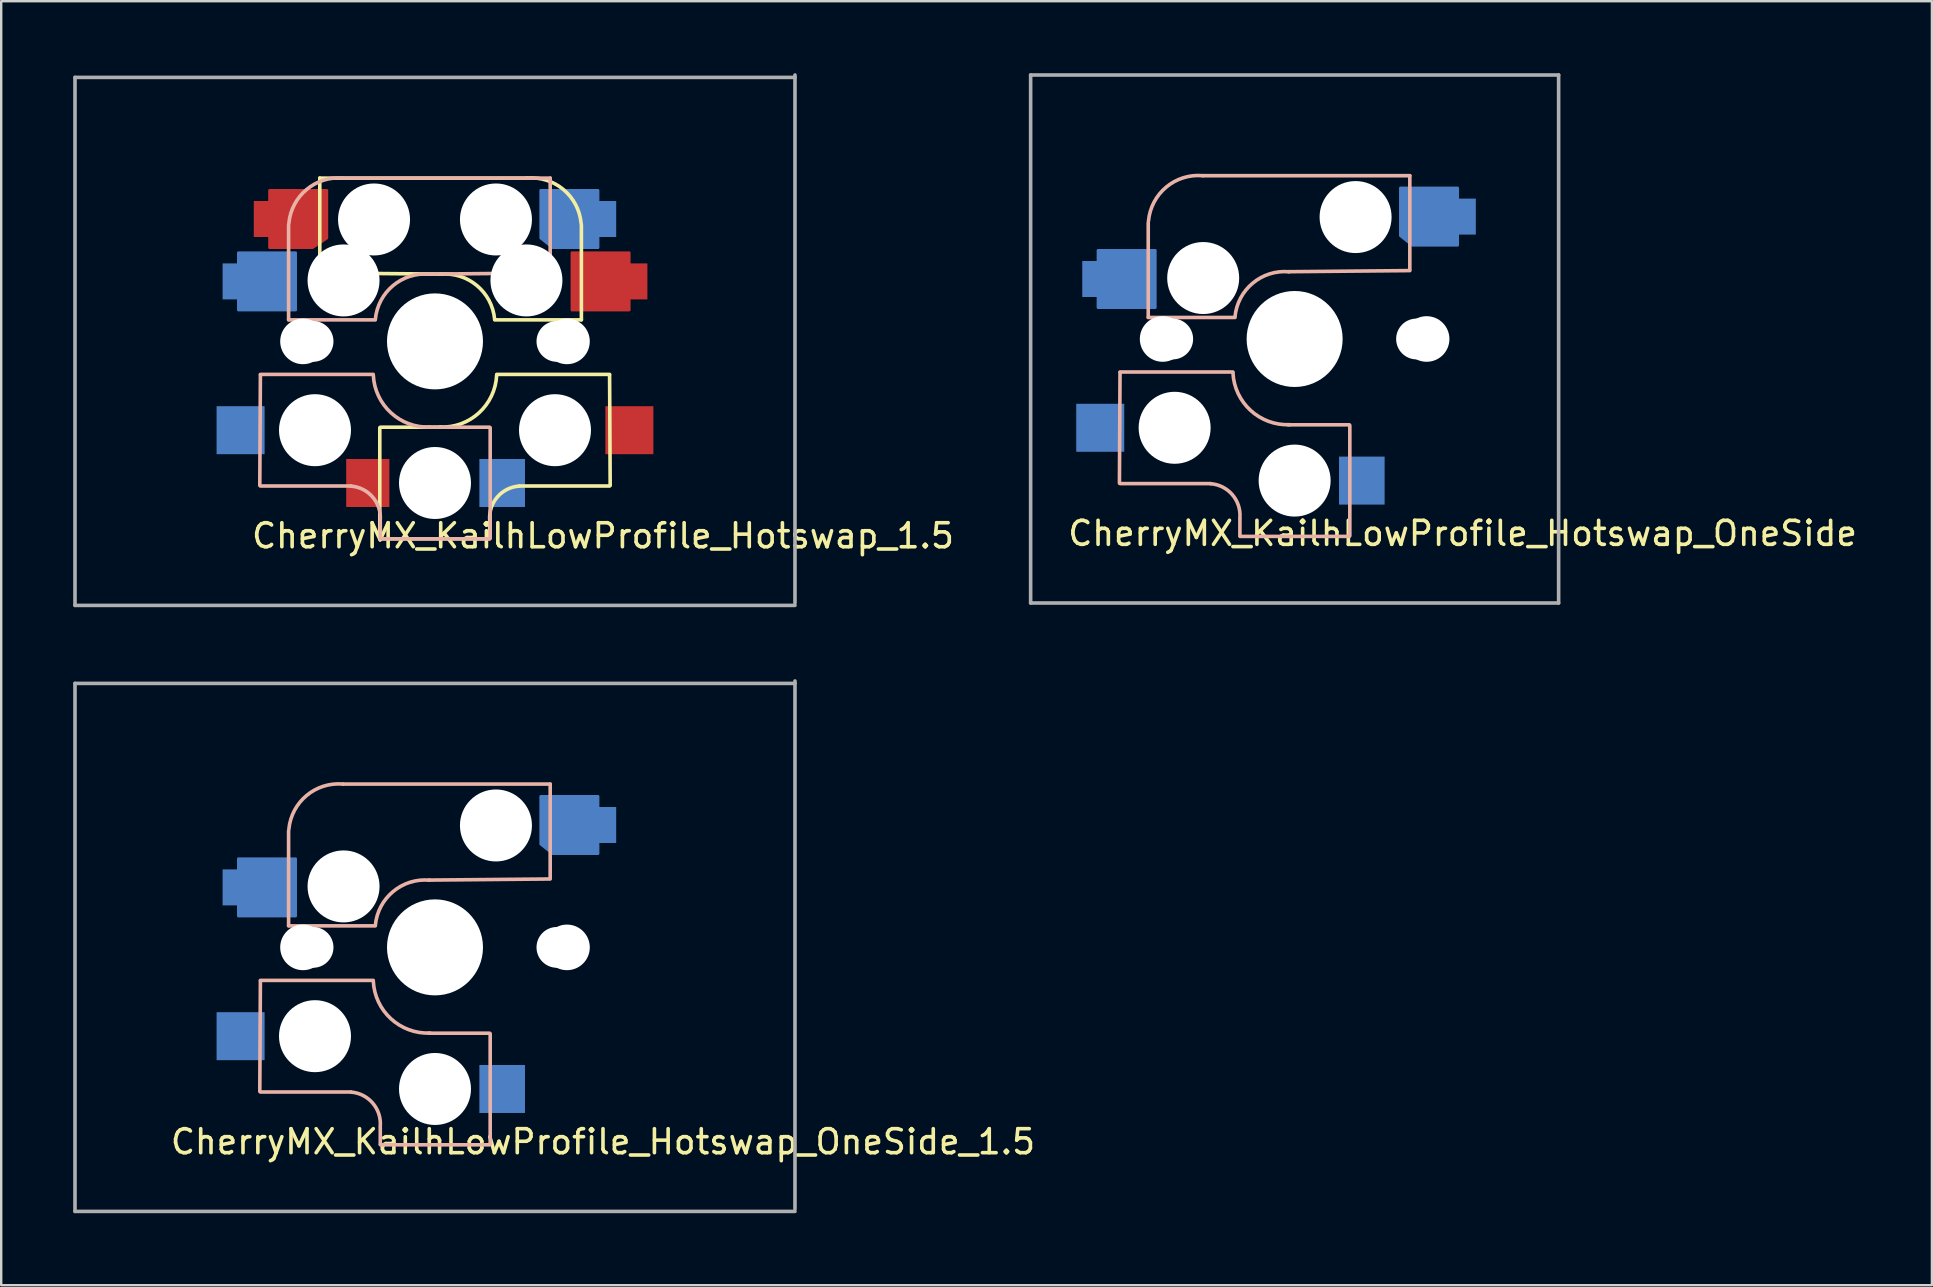
<source format=kicad_pcb>
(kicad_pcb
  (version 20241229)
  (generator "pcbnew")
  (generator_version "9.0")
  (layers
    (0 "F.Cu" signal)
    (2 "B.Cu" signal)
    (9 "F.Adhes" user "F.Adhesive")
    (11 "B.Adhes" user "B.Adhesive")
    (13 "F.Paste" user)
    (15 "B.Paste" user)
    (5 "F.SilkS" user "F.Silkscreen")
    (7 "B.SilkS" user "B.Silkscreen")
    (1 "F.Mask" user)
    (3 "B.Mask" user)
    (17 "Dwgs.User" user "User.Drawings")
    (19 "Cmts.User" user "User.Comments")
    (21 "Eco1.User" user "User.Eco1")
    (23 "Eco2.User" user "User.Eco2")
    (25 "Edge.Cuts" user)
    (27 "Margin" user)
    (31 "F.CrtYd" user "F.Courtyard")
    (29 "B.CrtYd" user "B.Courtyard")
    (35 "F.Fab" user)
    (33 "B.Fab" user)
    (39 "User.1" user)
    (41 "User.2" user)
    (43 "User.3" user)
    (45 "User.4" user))
  (footprint "CherryMX_KailhLowProfile_Hotswap_OneSide_1.5"
    (layer "F.Cu")
    (at 15.075 36.425)
    (property "Reference" "CherryMX_KailhLowProfile_Hotswap_OneSide_1.5" (at 7 8.1 0) (layer "F.SilkS") (effects (font (size 1 1) (thickness 0.15))))
    (attr through_hole)
    (fp_line (start -7.275 1.4) (end -7.3 6) (stroke (width 0.15) (type solid)) (layer "B.SilkS"))
    (fp_line (start -6.1 -4.85) (end -6.1 -0.905) (stroke (width 0.15) (type solid)) (layer "B.SilkS"))
    (fp_line (start -6.1 -0.896) (end -2.49 -0.896) (stroke (width 0.15) (type solid)) (layer "B.SilkS"))
    (fp_line (start -3.5 6.025) (end -7.275 6.025) (stroke (width 0.15) (type solid)) (layer "B.SilkS"))
    (fp_line (start -2.575 1.375) (end -7.275 1.375) (stroke (width 0.15) (type solid)) (layer "B.SilkS"))
    (fp_line (start -2.28 7.5) (end -2.28 8.2) (stroke (width 0.15) (type solid)) (layer "B.SilkS"))
    (fp_line (start 2.275 3.575) (end -0.275 3.575) (stroke (width 0.15) (type solid)) (layer "B.SilkS"))
    (fp_line (start 2.275 8.225) (end -2.275 8.225) (stroke (width 0.15) (type solid)) (layer "B.SilkS"))
    (fp_line (start 2.3 3.6) (end 2.3 8.2) (stroke (width 0.15) (type solid)) (layer "B.SilkS"))
    (fp_line (start 4.8 -6.804) (end -3.825 -6.804) (stroke (width 0.15) (type solid)) (layer "B.SilkS"))
    (fp_line (start 4.8 -2.896) (end 4.8 -6.804) (stroke (width 0.15) (type solid)) (layer "B.SilkS"))
    (fp_line (start 4.8 -2.85) (end -0.25 -2.804) (stroke (width 0.15) (type solid)) (layer "B.SilkS"))
    (fp_arc (start -6.089 -4.92) (mid -5.347189 -6.33089) (end -3.825 -6.804) (stroke (width 0.15) (type solid)) (layer "B.SilkS"))
    (fp_arc (start -3.5 6.03) (mid -2.595908 6.48733) (end -2.28 7.45) (stroke (width 0.15) (type solid)) (layer "B.SilkS"))
    (fp_arc (start -2.484999 -0.920001) (mid -1.74436 -2.328062) (end -0.225 -2.8) (stroke (width 0.15) (type solid)) (layer "B.SilkS"))
    (fp_arc (start -0.2 3.57) (mid -1.834422 2.975843) (end -2.57 1.4) (stroke (width 0.15) (type solid)) (layer "B.SilkS"))
    (fp_line (start -14 -9) (end 14 -9) (stroke (width 0.15) (type solid)) (layer "Eco1.User"))
    (fp_line (start -14 9) (end -14 -9) (stroke (width 0.15) (type solid)) (layer "Eco1.User"))
    (fp_line (start 14 -9) (end 14 9) (stroke (width 0.15) (type solid)) (layer "Eco1.User"))
    (fp_line (start 14 9) (end -14 9) (stroke (width 0.15) (type solid)) (layer "Eco1.User"))
    (fp_line (start -7 -7) (end 7 -7) (stroke (width 0.15) (type solid)) (layer "Eco2.User"))
    (fp_line (start -7 7) (end -7 -7) (stroke (width 0.15) (type solid)) (layer "Eco2.User"))
    (fp_line (start 7 -7) (end 7 7) (stroke (width 0.15) (type solid)) (layer "Eco2.User"))
    (fp_line (start 7 7) (end -7 7) (stroke (width 0.15) (type solid)) (layer "Eco2.User"))
    (fp_line (start -15 -11) (end -15 11) (stroke (width 0.15) (type solid)) (layer "F.Fab"))
    (fp_line (start -15 11) (end 15 11) (stroke (width 0.15) (type solid)) (layer "F.Fab"))
    (fp_line (start 15 -11) (end -15 -11) (stroke (width 0.15) (type solid)) (layer "F.Fab"))
    (fp_line (start 15 10.9) (end 15 -11.1) (stroke (width 0.15) (type solid)) (layer "F.Fab"))
    (pad "" np_thru_hole circle (at -5.5 0 90) (size 1.9 1.9) (drill 1.9) (layers "*.Cu" "*.Mask"))
    (pad "" np_thru_hole circle (at -5.08 0) (size 1.7 1.7) (drill 1.7) (layers "*.Cu" "*.Mask"))
    (pad "" np_thru_hole circle (at -5 3.7 90) (size 3 3) (drill 3) (layers "*.Cu" "*.Mask"))
    (pad "" np_thru_hole circle (at -3.81 -2.54 180) (size 3 3) (drill 3) (layers "*.Cu" "*.Mask"))
    (pad "" np_thru_hole circle (at 0 0 90) (size 4 4) (drill 4) (layers "*.Cu" "*.Mask"))
    (pad "" np_thru_hole circle (at 0 5.9 90) (size 3 3) (drill 3) (layers "*.Cu" "*.Mask"))
    (pad "" np_thru_hole circle (at 2.54 -5.08 180) (size 3 3) (drill 3) (layers "*.Cu" "*.Mask"))
    (pad "" np_thru_hole circle (at 5.08 0) (size 1.7 1.7) (drill 1.7) (layers "*.Cu" "*.Mask"))
    (pad "" np_thru_hole circle (at 5.5 0 90) (size 1.9 1.9) (drill 1.9) (layers "*.Cu" "*.Mask"))
    (pad "1" smd custom (at -8.5 -2.5) (size 0.7 1.5) (layers "B.Cu" "B.Mask" "B.Paste") (options (anchor rect)) (primitives (gr_poly (pts (xy 0.3 -1.2) (xy 2.7 -1.2) (xy 2.7 1.2) (xy 0.3 1.2)) (width 0.1) (fill yes))))
    (pad "1" smd rect (at -8.1 3.7 180) (size 2 2) (layers "B.Cu" "B.Mask" "B.Paste"))
    (pad "2" smd rect (at 2.8 5.9 180) (size 1.9 2) (layers "B.Cu" "B.Mask" "B.Paste"))
    (pad "2" smd custom (at 7.2 -5.1) (size 0.7 1.5) (layers "B.Cu" "B.Mask" "B.Paste") (options (anchor rect)) (primitives (gr_poly (pts (xy -0.4 -1.2) (xy -2.8 -1.2) (xy -2.8 0.8) (xy -2.3 1.2) (xy -0.4 1.2)) (width 0.1) (fill yes)))))
  (footprint "CherryMX_KailhLowProfile_Hotswap_OneSide"
    (layer "F.Cu")
    (at 50.894 11.075)
    (property "Reference" "CherryMX_KailhLowProfile_Hotswap_OneSide" (at 7 8.1 0) (layer "F.SilkS") (effects (font (size 1 1) (thickness 0.15))))
    (attr through_hole)
    (fp_line (start -7.275 1.4) (end -7.3 6) (stroke (width 0.15) (type solid)) (layer "B.SilkS"))
    (fp_line (start -6.1 -4.85) (end -6.1 -0.905) (stroke (width 0.15) (type solid)) (layer "B.SilkS"))
    (fp_line (start -6.1 -0.896) (end -2.49 -0.896) (stroke (width 0.15) (type solid)) (layer "B.SilkS"))
    (fp_line (start -3.5 6.025) (end -7.275 6.025) (stroke (width 0.15) (type solid)) (layer "B.SilkS"))
    (fp_line (start -2.575 1.375) (end -7.275 1.375) (stroke (width 0.15) (type solid)) (layer "B.SilkS"))
    (fp_line (start -2.28 7.5) (end -2.28 8.2) (stroke (width 0.15) (type solid)) (layer "B.SilkS"))
    (fp_line (start 2.275 3.575) (end -0.275 3.575) (stroke (width 0.15) (type solid)) (layer "B.SilkS"))
    (fp_line (start 2.275 8.225) (end -2.275 8.225) (stroke (width 0.15) (type solid)) (layer "B.SilkS"))
    (fp_line (start 2.3 3.6) (end 2.3 8.2) (stroke (width 0.15) (type solid)) (layer "B.SilkS"))
    (fp_line (start 4.8 -6.804) (end -3.825 -6.804) (stroke (width 0.15) (type solid)) (layer "B.SilkS"))
    (fp_line (start 4.8 -2.896) (end 4.8 -6.804) (stroke (width 0.15) (type solid)) (layer "B.SilkS"))
    (fp_line (start 4.8 -2.85) (end -0.25 -2.804) (stroke (width 0.15) (type solid)) (layer "B.SilkS"))
    (fp_arc (start -6.089 -4.92) (mid -5.347189 -6.33089) (end -3.825 -6.804) (stroke (width 0.15) (type solid)) (layer "B.SilkS"))
    (fp_arc (start -3.5 6.03) (mid -2.595908 6.48733) (end -2.28 7.45) (stroke (width 0.15) (type solid)) (layer "B.SilkS"))
    (fp_arc (start -2.484999 -0.920001) (mid -1.74436 -2.328062) (end -0.225 -2.8) (stroke (width 0.15) (type solid)) (layer "B.SilkS"))
    (fp_arc (start -0.2 3.57) (mid -1.834422 2.975843) (end -2.57 1.4) (stroke (width 0.15) (type solid)) (layer "B.SilkS"))
    (fp_line (start -9 -9) (end 9 -9) (stroke (width 0.15) (type solid)) (layer "Eco1.User"))
    (fp_line (start -9 9) (end -9 -9) (stroke (width 0.15) (type solid)) (layer "Eco1.User"))
    (fp_line (start 9 -9) (end 9 9) (stroke (width 0.15) (type solid)) (layer "Eco1.User"))
    (fp_line (start 9 9) (end -9 9) (stroke (width 0.15) (type solid)) (layer "Eco1.User"))
    (fp_line (start -7 -7) (end 7 -7) (stroke (width 0.15) (type solid)) (layer "Eco2.User"))
    (fp_line (start -7 7) (end -7 -7) (stroke (width 0.15) (type solid)) (layer "Eco2.User"))
    (fp_line (start 7 -7) (end 7 7) (stroke (width 0.15) (type solid)) (layer "Eco2.User"))
    (fp_line (start 7 7) (end -7 7) (stroke (width 0.15) (type solid)) (layer "Eco2.User"))
    (fp_line (start -11 -11) (end -11 11) (stroke (width 0.15) (type solid)) (layer "F.Fab"))
    (fp_line (start -11 11) (end 11 11) (stroke (width 0.15) (type solid)) (layer "F.Fab"))
    (fp_line (start 11 -11) (end -11 -11) (stroke (width 0.15) (type solid)) (layer "F.Fab"))
    (fp_line (start 11 11) (end 11 -11) (stroke (width 0.15) (type solid)) (layer "F.Fab"))
    (pad "" np_thru_hole circle (at -5.5 0 90) (size 1.9 1.9) (drill 1.9) (layers "*.Cu" "*.Mask"))
    (pad "" np_thru_hole circle (at -5.08 0) (size 1.7 1.7) (drill 1.7) (layers "*.Cu" "*.Mask"))
    (pad "" np_thru_hole circle (at -5 3.7 90) (size 3 3) (drill 3) (layers "*.Cu" "*.Mask"))
    (pad "" np_thru_hole circle (at -3.81 -2.54 180) (size 3 3) (drill 3) (layers "*.Cu" "*.Mask"))
    (pad "" np_thru_hole circle (at 0 0 90) (size 4 4) (drill 4) (layers "*.Cu" "*.Mask"))
    (pad "" np_thru_hole circle (at 0 5.9 90) (size 3 3) (drill 3) (layers "*.Cu" "*.Mask"))
    (pad "" np_thru_hole circle (at 2.54 -5.08 180) (size 3 3) (drill 3) (layers "*.Cu" "*.Mask"))
    (pad "" np_thru_hole circle (at 5.08 0) (size 1.7 1.7) (drill 1.7) (layers "*.Cu" "*.Mask"))
    (pad "" np_thru_hole circle (at 5.5 0 90) (size 1.9 1.9) (drill 1.9) (layers "*.Cu" "*.Mask"))
    (pad "1" smd custom (at -8.5 -2.5) (size 0.7 1.5) (layers "B.Cu" "B.Mask" "B.Paste") (options (anchor rect)) (primitives (gr_poly (pts (xy 0.3 -1.2) (xy 2.7 -1.2) (xy 2.7 1.2) (xy 0.3 1.2)) (width 0.1) (fill yes))))
    (pad "1" smd rect (at -8.1 3.7 180) (size 2 2) (layers "B.Cu" "B.Mask" "B.Paste"))
    (pad "2" smd rect (at 2.8 5.9 180) (size 1.9 2) (layers "B.Cu" "B.Mask" "B.Paste"))
    (pad "2" smd custom (at 7.2 -5.1) (size 0.7 1.5) (layers "B.Cu" "B.Mask" "B.Paste") (options (anchor rect)) (primitives (gr_poly (pts (xy -0.4 -1.2) (xy -2.8 -1.2) (xy -2.8 0.8) (xy -2.3 1.2) (xy -0.4 1.2)) (width 0.1) (fill yes)))))
  (footprint "CherryMX_KailhLowProfile_Hotswap_1.5"
    (layer "F.Cu")
    (at 15.075 11.175)
    (property "Reference" "CherryMX_KailhLowProfile_Hotswap_1.5" (at 7 8.1 0) (layer "F.SilkS") (effects (font (size 1 1) (thickness 0.15))))
    (attr through_hole)
    (fp_line (start -4.8 -6.804) (end 3.825 -6.804) (stroke (width 0.15) (type solid)) (layer "F.SilkS"))
    (fp_line (start -4.8 -2.896) (end -4.8 -6.804) (stroke (width 0.15) (type solid)) (layer "F.SilkS"))
    (fp_line (start -4.8 -2.85) (end 0.25 -2.804) (stroke (width 0.15) (type solid)) (layer "F.SilkS"))
    (fp_line (start -2.3 3.6) (end -2.3 8.2) (stroke (width 0.15) (type solid)) (layer "F.SilkS"))
    (fp_line (start -2.275 3.575) (end 0.275 3.575) (stroke (width 0.15) (type solid)) (layer "F.SilkS"))
    (fp_line (start -2.275 8.225) (end 2.275 8.225) (stroke (width 0.15) (type solid)) (layer "F.SilkS"))
    (fp_line (start 2.28 7.5) (end 2.28 8.2) (stroke (width 0.15) (type solid)) (layer "F.SilkS"))
    (fp_line (start 2.575 1.375) (end 7.275 1.375) (stroke (width 0.15) (type solid)) (layer "F.SilkS"))
    (fp_line (start 3.5 6.025) (end 7.275 6.025) (stroke (width 0.15) (type solid)) (layer "F.SilkS"))
    (fp_line (start 6.1 -4.85) (end 6.1 -0.905) (stroke (width 0.15) (type solid)) (layer "F.SilkS"))
    (fp_line (start 6.1 -0.896) (end 2.49 -0.896) (stroke (width 0.15) (type solid)) (layer "F.SilkS"))
    (fp_line (start 7.275 1.4) (end 7.3 6) (stroke (width 0.15) (type solid)) (layer "F.SilkS"))
    (fp_arc (start 0.225 -2.8) (mid 1.744361 -2.328062) (end 2.485001 -0.920001) (stroke (width 0.15) (type solid)) (layer "F.SilkS"))
    (fp_arc (start 2.279999 7.449999) (mid 2.595908 6.487329) (end 3.5 6.03) (stroke (width 0.15) (type solid)) (layer "F.SilkS"))
    (fp_arc (start 2.57 1.4) (mid 1.834422 2.975843) (end 0.2 3.57) (stroke (width 0.15) (type solid)) (layer "F.SilkS"))
    (fp_arc (start 3.825 -6.804) (mid 5.347189 -6.33089) (end 6.089 -4.92) (stroke (width 0.15) (type solid)) (layer "F.SilkS"))
    (fp_line (start -7.275 1.4) (end -7.3 6) (stroke (width 0.15) (type solid)) (layer "B.SilkS"))
    (fp_line (start -6.1 -4.85) (end -6.1 -0.905) (stroke (width 0.15) (type solid)) (layer "B.SilkS"))
    (fp_line (start -6.1 -0.896) (end -2.49 -0.896) (stroke (width 0.15) (type solid)) (layer "B.SilkS"))
    (fp_line (start -3.5 6.025) (end -7.275 6.025) (stroke (width 0.15) (type solid)) (layer "B.SilkS"))
    (fp_line (start -2.575 1.375) (end -7.275 1.375) (stroke (width 0.15) (type solid)) (layer "B.SilkS"))
    (fp_line (start -2.28 7.5) (end -2.28 8.2) (stroke (width 0.15) (type solid)) (layer "B.SilkS"))
    (fp_line (start 2.275 3.575) (end -0.275 3.575) (stroke (width 0.15) (type solid)) (layer "B.SilkS"))
    (fp_line (start 2.275 8.225) (end -2.275 8.225) (stroke (width 0.15) (type solid)) (layer "B.SilkS"))
    (fp_line (start 2.3 3.6) (end 2.3 8.2) (stroke (width 0.15) (type solid)) (layer "B.SilkS"))
    (fp_line (start 4.8 -6.804) (end -3.825 -6.804) (stroke (width 0.15) (type solid)) (layer "B.SilkS"))
    (fp_line (start 4.8 -2.896) (end 4.8 -6.804) (stroke (width 0.15) (type solid)) (layer "B.SilkS"))
    (fp_line (start 4.8 -2.85) (end -0.25 -2.804) (stroke (width 0.15) (type solid)) (layer "B.SilkS"))
    (fp_arc (start -6.089 -4.92) (mid -5.347189 -6.33089) (end -3.825 -6.804) (stroke (width 0.15) (type solid)) (layer "B.SilkS"))
    (fp_arc (start -3.5 6.03) (mid -2.595908 6.48733) (end -2.28 7.45) (stroke (width 0.15) (type solid)) (layer "B.SilkS"))
    (fp_arc (start -2.484999 -0.920001) (mid -1.74436 -2.328062) (end -0.225 -2.8) (stroke (width 0.15) (type solid)) (layer "B.SilkS"))
    (fp_arc (start -0.2 3.57) (mid -1.834422 2.975843) (end -2.57 1.4) (stroke (width 0.15) (type solid)) (layer "B.SilkS"))
    (fp_line (start -14 -9) (end 14 -9) (stroke (width 0.15) (type solid)) (layer "Eco1.User"))
    (fp_line (start -14 9) (end -14 -9) (stroke (width 0.15) (type solid)) (layer "Eco1.User"))
    (fp_line (start 14 -9) (end 14 9) (stroke (width 0.15) (type solid)) (layer "Eco1.User"))
    (fp_line (start 14 9) (end -14 9) (stroke (width 0.15) (type solid)) (layer "Eco1.User"))
    (fp_line (start -7 -7) (end 7 -7) (stroke (width 0.15) (type solid)) (layer "Eco2.User"))
    (fp_line (start -7 7) (end -7 -7) (stroke (width 0.15) (type solid)) (layer "Eco2.User"))
    (fp_line (start 7 -7) (end 7 7) (stroke (width 0.15) (type solid)) (layer "Eco2.User"))
    (fp_line (start 7 7) (end -7 7) (stroke (width 0.15) (type solid)) (layer "Eco2.User"))
    (fp_line (start -15 -11) (end -15 11) (stroke (width 0.15) (type solid)) (layer "F.Fab"))
    (fp_line (start -15 11) (end 15 11) (stroke (width 0.15) (type solid)) (layer "F.Fab"))
    (fp_line (start 15 -11) (end -15 -11) (stroke (width 0.15) (type solid)) (layer "F.Fab"))
    (fp_line (start 15 10.9) (end 15 -11.1) (stroke (width 0.15) (type solid)) (layer "F.Fab"))
    (pad "" np_thru_hole circle (at -5.5 0 90) (size 1.9 1.9) (drill 1.9) (layers "*.Cu" "*.Mask"))
    (pad "" np_thru_hole circle (at -5.08 0) (size 1.7 1.7) (drill 1.7) (layers "*.Cu" "*.Mask"))
    (pad "" np_thru_hole circle (at -5 3.7 90) (size 3 3) (drill 3) (layers "*.Cu" "*.Mask"))
    (pad "" np_thru_hole circle (at -3.81 -2.54 180) (size 3 3) (drill 3) (layers "*.Cu" "*.Mask"))
    (pad "" np_thru_hole circle (at -2.54 -5.08 180) (size 3 3) (drill 3) (layers "*.Cu" "*.Mask"))
    (pad "" np_thru_hole circle (at 0 0 90) (size 4 4) (drill 4) (layers "*.Cu" "*.Mask"))
    (pad "" np_thru_hole circle (at 0 5.9 90) (size 3 3) (drill 3) (layers "*.Cu" "*.Mask"))
    (pad "" np_thru_hole circle (at 2.54 -5.08 180) (size 3 3) (drill 3) (layers "*.Cu" "*.Mask"))
    (pad "" np_thru_hole circle (at 3.81 -2.54 180) (size 3 3) (drill 3) (layers "*.Cu" "*.Mask"))
    (pad "" np_thru_hole circle (at 5 3.7 270) (size 3 3) (drill 3) (layers "*.Cu" "*.Mask"))
    (pad "" np_thru_hole circle (at 5.08 0) (size 1.7 1.7) (drill 1.7) (layers "*.Cu" "*.Mask"))
    (pad "" np_thru_hole circle (at 5.5 0 90) (size 1.9 1.9) (drill 1.9) (layers "*.Cu" "*.Mask"))
    (pad "1" smd custom (at -8.5 -2.5) (size 0.7 1.5) (layers "B.Cu" "B.Mask" "B.Paste") (options (anchor rect)) (primitives (gr_poly (pts (xy 0.3 -1.2) (xy 2.7 -1.2) (xy 2.7 1.2) (xy 0.3 1.2)) (width 0.1) (fill yes))))
    (pad "1" smd rect (at -8.1 3.7 180) (size 2 2) (layers "B.Cu" "B.Mask" "B.Paste"))
    (pad "1" smd custom (at -7.2 -5.1) (size 0.7 1.5) (layers "F.Cu" "F.Mask" "F.Paste") (options (anchor rect)) (primitives (gr_poly (pts (xy 0.3 -1.2) (xy 0.3 1.2) (xy 2.1 1.2) (xy 2.7 0.8) (xy 2.7 -1.2)) (width 0.1) (fill yes))))
    (pad "1" smd rect (at 8.1 3.7 180) (size 2 2) (layers "F.Cu" "F.Mask" "F.Paste"))
    (pad "2" smd rect (at -2.8 5.9 180) (size 1.8 2) (layers "F.Cu" "F.Mask" "F.Paste"))
    (pad "2" smd rect (at 2.8 5.9 180) (size 1.9 2) (layers "B.Cu" "B.Mask" "B.Paste"))
    (pad "2" smd custom (at 7.2 -5.1) (size 0.7 1.5) (layers "B.Cu" "B.Mask" "B.Paste") (options (anchor rect)) (primitives (gr_poly (pts (xy -0.4 -1.2) (xy -2.8 -1.2) (xy -2.8 0.8) (xy -2.3 1.2) (xy -0.4 1.2)) (width 0.1) (fill yes))))
    (pad "2" smd custom (at 8.5 -2.5) (size 0.7 1.5) (layers "F.Cu" "F.Mask" "F.Paste") (options (anchor rect)) (primitives (gr_poly (pts (xy -2.8 -1.2) (xy -0.4 -1.2) (xy -0.4 1.2) (xy -2.8 1.2)) (width 0.1) (fill yes)))))
  (gr_rect
    (start -3 -3)
    (end 77.448 50.5)
    (stroke (width 0.1) (type default))
    (fill no)
    (layer "Edge.Cuts")))
</source>
